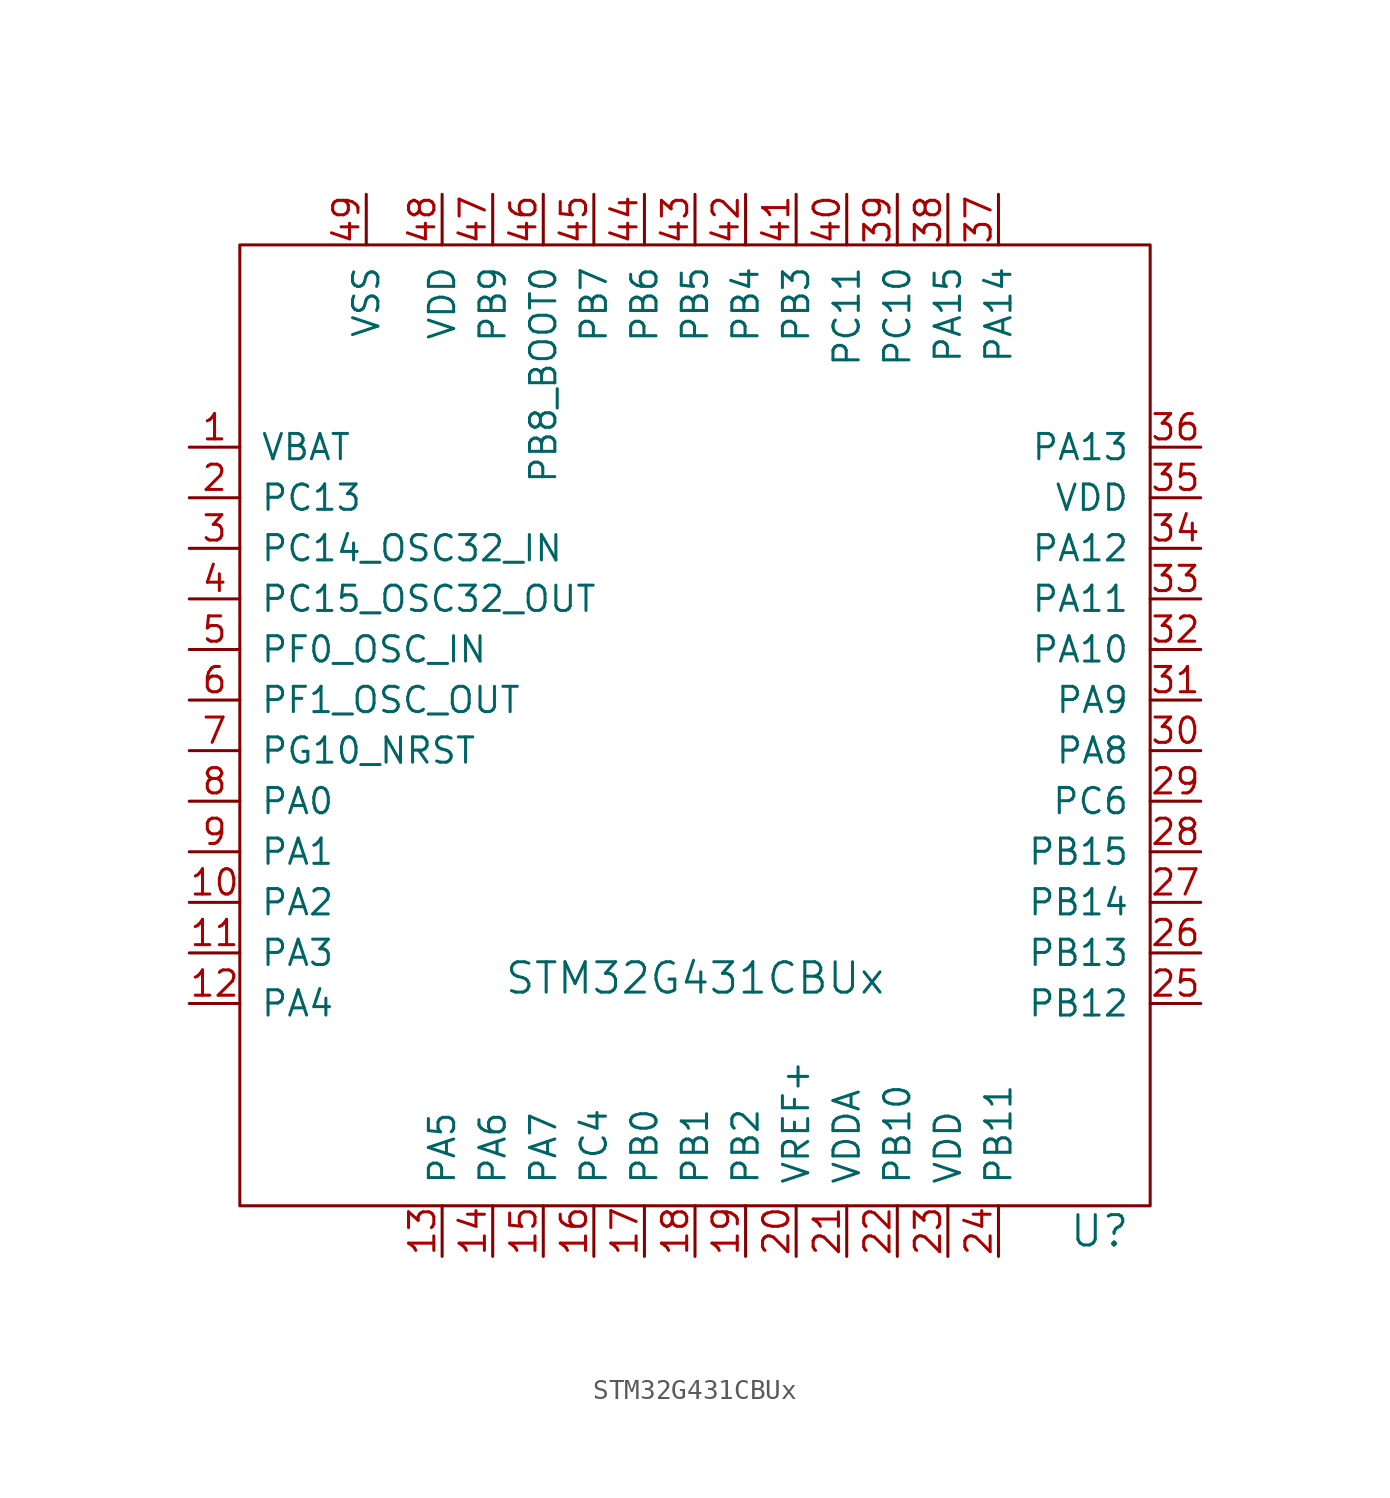
<source format=kicad_sym>
(kicad_symbol_lib
  (version 20220914)
  (generator kicad_symbol_editor)
  (symbol "STM32G431CBUx"
    (pin_names
      (offset 1.016))
    (property "Reference" "U"
      (at 43.18 -49.53 0)
      (effects (font (size 1.524 1.524))))
    (property "Value" "STM32G431CBUx"
      (at 22.86 -36.83 0)
      (effects (font (size 1.524 1.524))))
    (symbol "STM32G431CBUx_0_1"
      (rectangle (start 0 0) (end 45.72 -48.26) (stroke (width 0) (type default)) (fill (type none))))
    (symbol "STM32G431CBUx_1_1"
      (pin power_in line (at -2.54 -10.16 0) (length 2.54) (name "VBAT" (effects (font (size 1.27 1.27)))) (number "1" (effects (font (size 1.27 1.27)))))
      (pin bidirectional line (at -2.54 -33.02 0) (length 2.54) (name "PA2" (effects (font (size 1.27 1.27)))) (number "10" (effects (font (size 1.27 1.27)))))
      (pin bidirectional line (at -2.54 -35.56 0) (length 2.54) (name "PA3" (effects (font (size 1.27 1.27)))) (number "11" (effects (font (size 1.27 1.27)))))
      (pin bidirectional line (at -2.54 -38.1 0) (length 2.54) (name "PA4" (effects (font (size 1.27 1.27)))) (number "12" (effects (font (size 1.27 1.27)))))
      (pin bidirectional line (at 10.16 -50.8 90) (length 2.54) (name "PA5" (effects (font (size 1.27 1.27)))) (number "13" (effects (font (size 1.27 1.27)))))
      (pin bidirectional line (at 12.7 -50.8 90) (length 2.54) (name "PA6" (effects (font (size 1.27 1.27)))) (number "14" (effects (font (size 1.27 1.27)))))
      (pin bidirectional line (at 15.24 -50.8 90) (length 2.54) (name "PA7" (effects (font (size 1.27 1.27)))) (number "15" (effects (font (size 1.27 1.27)))))
      (pin bidirectional line (at 17.78 -50.8 90) (length 2.54) (name "PC4" (effects (font (size 1.27 1.27)))) (number "16" (effects (font (size 1.27 1.27)))))
      (pin bidirectional line (at 20.32 -50.8 90) (length 2.54) (name "PB0" (effects (font (size 1.27 1.27)))) (number "17" (effects (font (size 1.27 1.27)))))
      (pin bidirectional line (at 22.86 -50.8 90) (length 2.54) (name "PB1" (effects (font (size 1.27 1.27)))) (number "18" (effects (font (size 1.27 1.27)))))
      (pin bidirectional line (at 25.4 -50.8 90) (length 2.54) (name "PB2" (effects (font (size 1.27 1.27)))) (number "19" (effects (font (size 1.27 1.27)))))
      (pin bidirectional line (at -2.54 -12.7 0) (length 2.54) (name "PC13" (effects (font (size 1.27 1.27)))) (number "2" (effects (font (size 1.27 1.27)))))
      (pin passive line (at 27.94 -50.8 90) (length 2.54) (name "VREF+" (effects (font (size 1.27 1.27)))) (number "20" (effects (font (size 1.27 1.27)))))
      (pin power_in line (at 30.48 -50.8 90) (length 2.54) (name "VDDA" (effects (font (size 1.27 1.27)))) (number "21" (effects (font (size 1.27 1.27)))))
      (pin bidirectional line (at 33.02 -50.8 90) (length 2.54) (name "PB10" (effects (font (size 1.27 1.27)))) (number "22" (effects (font (size 1.27 1.27)))))
      (pin power_in line (at 35.56 -50.8 90) (length 2.54) (name "VDD" (effects (font (size 1.27 1.27)))) (number "23" (effects (font (size 1.27 1.27)))))
      (pin bidirectional line (at 38.1 -50.8 90) (length 2.54) (name "PB11" (effects (font (size 1.27 1.27)))) (number "24" (effects (font (size 1.27 1.27)))))
      (pin bidirectional line (at 48.26 -38.1 180) (length 2.54) (name "PB12" (effects (font (size 1.27 1.27)))) (number "25" (effects (font (size 1.27 1.27)))))
      (pin bidirectional line (at 48.26 -35.56 180) (length 2.54) (name "PB13" (effects (font (size 1.27 1.27)))) (number "26" (effects (font (size 1.27 1.27)))))
      (pin bidirectional line (at 48.26 -33.02 180) (length 2.54) (name "PB14" (effects (font (size 1.27 1.27)))) (number "27" (effects (font (size 1.27 1.27)))))
      (pin bidirectional line (at 48.26 -30.48 180) (length 2.54) (name "PB15" (effects (font (size 1.27 1.27)))) (number "28" (effects (font (size 1.27 1.27)))))
      (pin bidirectional line (at 48.26 -27.94 180) (length 2.54) (name "PC6" (effects (font (size 1.27 1.27)))) (number "29" (effects (font (size 1.27 1.27)))))
      (pin bidirectional line (at -2.54 -15.24 0) (length 2.54) (name "PC14_OSC32_IN" (effects (font (size 1.27 1.27)))) (number "3" (effects (font (size 1.27 1.27)))))
      (pin bidirectional line (at 48.26 -25.4 180) (length 2.54) (name "PA8" (effects (font (size 1.27 1.27)))) (number "30" (effects (font (size 1.27 1.27)))))
      (pin bidirectional line (at 48.26 -22.86 180) (length 2.54) (name "PA9" (effects (font (size 1.27 1.27)))) (number "31" (effects (font (size 1.27 1.27)))))
      (pin bidirectional line (at 48.26 -20.32 180) (length 2.54) (name "PA10" (effects (font (size 1.27 1.27)))) (number "32" (effects (font (size 1.27 1.27)))))
      (pin bidirectional line (at 48.26 -17.78 180) (length 2.54) (name "PA11" (effects (font (size 1.27 1.27)))) (number "33" (effects (font (size 1.27 1.27)))))
      (pin bidirectional line (at 48.26 -15.24 180) (length 2.54) (name "PA12" (effects (font (size 1.27 1.27)))) (number "34" (effects (font (size 1.27 1.27)))))
      (pin power_in line (at 48.26 -12.7 180) (length 2.54) (name "VDD" (effects (font (size 1.27 1.27)))) (number "35" (effects (font (size 1.27 1.27)))))
      (pin bidirectional line (at 48.26 -10.16 180) (length 2.54) (name "PA13" (effects (font (size 1.27 1.27)))) (number "36" (effects (font (size 1.27 1.27)))))
      (pin bidirectional line (at 38.1 2.54 270) (length 2.54) (name "PA14" (effects (font (size 1.27 1.27)))) (number "37" (effects (font (size 1.27 1.27)))))
      (pin bidirectional line (at 35.56 2.54 270) (length 2.54) (name "PA15" (effects (font (size 1.27 1.27)))) (number "38" (effects (font (size 1.27 1.27)))))
      (pin bidirectional line (at 33.02 2.54 270) (length 2.54) (name "PC10" (effects (font (size 1.27 1.27)))) (number "39" (effects (font (size 1.27 1.27)))))
      (pin bidirectional line (at -2.54 -17.78 0) (length 2.54) (name "PC15_OSC32_OUT" (effects (font (size 1.27 1.27)))) (number "4" (effects (font (size 1.27 1.27)))))
      (pin bidirectional line (at 30.48 2.54 270) (length 2.54) (name "PC11" (effects (font (size 1.27 1.27)))) (number "40" (effects (font (size 1.27 1.27)))))
      (pin bidirectional line (at 27.94 2.54 270) (length 2.54) (name "PB3" (effects (font (size 1.27 1.27)))) (number "41" (effects (font (size 1.27 1.27)))))
      (pin bidirectional line (at 25.4 2.54 270) (length 2.54) (name "PB4" (effects (font (size 1.27 1.27)))) (number "42" (effects (font (size 1.27 1.27)))))
      (pin bidirectional line (at 22.86 2.54 270) (length 2.54) (name "PB5" (effects (font (size 1.27 1.27)))) (number "43" (effects (font (size 1.27 1.27)))))
      (pin bidirectional line (at 20.32 2.54 270) (length 2.54) (name "PB6" (effects (font (size 1.27 1.27)))) (number "44" (effects (font (size 1.27 1.27)))))
      (pin bidirectional line (at 17.78 2.54 270) (length 2.54) (name "PB7" (effects (font (size 1.27 1.27)))) (number "45" (effects (font (size 1.27 1.27)))))
      (pin bidirectional line (at 15.24 2.54 270) (length 2.54) (name "PB8_BOOT0" (effects (font (size 1.27 1.27)))) (number "46" (effects (font (size 1.27 1.27)))))
      (pin bidirectional line (at 12.7 2.54 270) (length 2.54) (name "PB9" (effects (font (size 1.27 1.27)))) (number "47" (effects (font (size 1.27 1.27)))))
      (pin power_in line (at 10.16 2.54 270) (length 2.54) (name "VDD" (effects (font (size 1.27 1.27)))) (number "48" (effects (font (size 1.27 1.27)))))
      (pin power_in line (at 6.35 2.54 270) (length 2.54) (name "VSS" (effects (font (size 1.27 1.27)))) (number "49" (effects (font (size 1.27 1.27)))))
      (pin bidirectional line (at -2.54 -20.32 0) (length 2.54) (name "PF0_OSC_IN" (effects (font (size 1.27 1.27)))) (number "5" (effects (font (size 1.27 1.27)))))
      (pin bidirectional line (at -2.54 -22.86 0) (length 2.54) (name "PF1_OSC_OUT" (effects (font (size 1.27 1.27)))) (number "6" (effects (font (size 1.27 1.27)))))
      (pin bidirectional line (at -2.54 -25.4 0) (length 2.54) (name "PG10_NRST" (effects (font (size 1.27 1.27)))) (number "7" (effects (font (size 1.27 1.27)))))
      (pin bidirectional line (at -2.54 -27.94 0) (length 2.54) (name "PA0" (effects (font (size 1.27 1.27)))) (number "8" (effects (font (size 1.27 1.27)))))
      (pin bidirectional line (at -2.54 -30.48 0) (length 2.54) (name "PA1" (effects (font (size 1.27 1.27)))) (number "9" (effects (font (size 1.27 1.27))))))))
</source>
